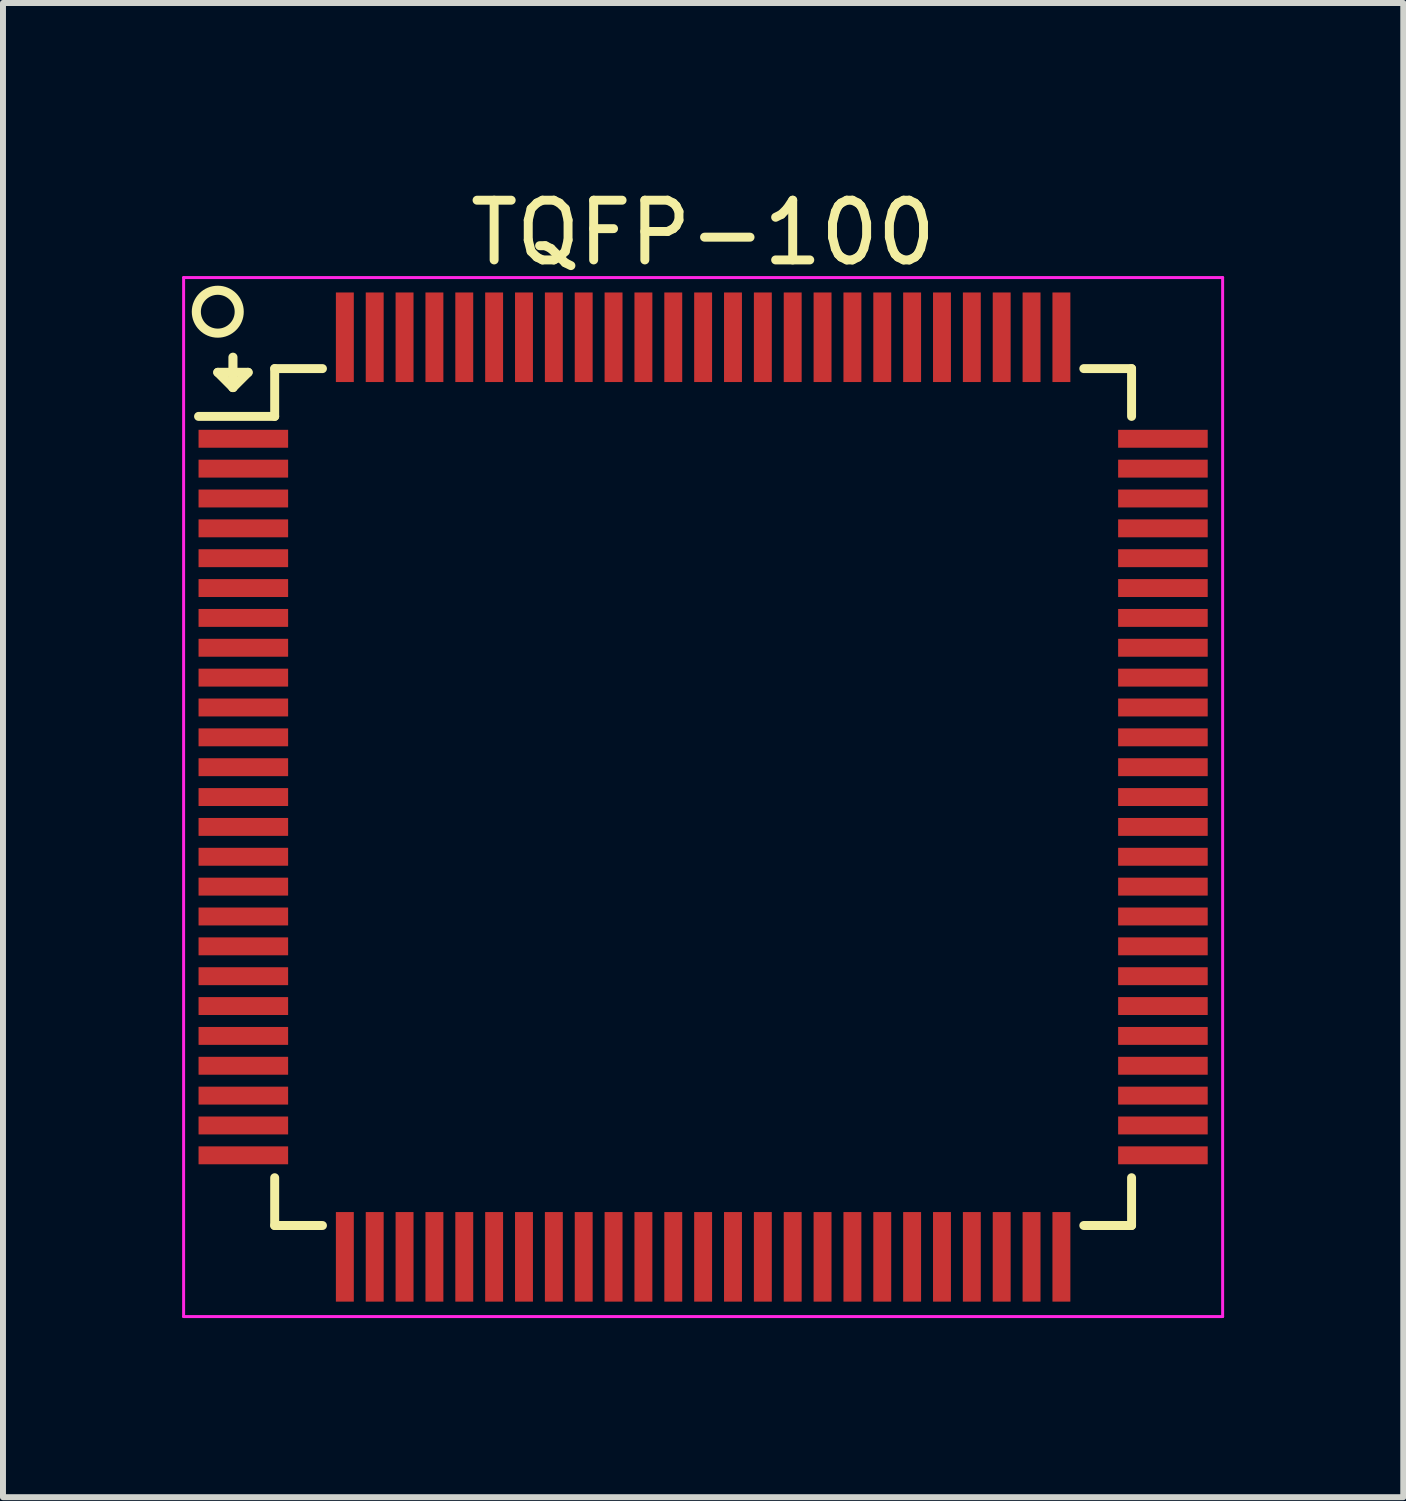
<source format=kicad_pcb>
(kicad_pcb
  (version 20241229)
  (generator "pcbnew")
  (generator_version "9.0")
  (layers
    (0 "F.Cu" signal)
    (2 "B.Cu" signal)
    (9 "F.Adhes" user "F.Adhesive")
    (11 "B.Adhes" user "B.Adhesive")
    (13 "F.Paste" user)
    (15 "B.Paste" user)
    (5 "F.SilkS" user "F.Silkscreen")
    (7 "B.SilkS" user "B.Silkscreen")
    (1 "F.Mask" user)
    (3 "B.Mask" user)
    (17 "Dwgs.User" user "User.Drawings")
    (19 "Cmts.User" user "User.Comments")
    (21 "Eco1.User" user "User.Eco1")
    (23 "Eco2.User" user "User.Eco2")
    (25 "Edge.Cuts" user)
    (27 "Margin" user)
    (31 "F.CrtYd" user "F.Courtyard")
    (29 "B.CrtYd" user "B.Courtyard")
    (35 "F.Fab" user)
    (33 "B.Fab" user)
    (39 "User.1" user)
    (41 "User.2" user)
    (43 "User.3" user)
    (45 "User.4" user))
  (footprint "TQFP-100"
    (layer "F.Cu")
    (at 8.725 10.298)
    (property "Reference" "TQFP-100" (at 0 -9.45 0) (layer "F.SilkS") (effects (font (size 1 1) (thickness 0.15))))
    (attr smd)
    (fp_line (start -8.128 -7.112) (end -7.874 -6.858) (stroke (width 0.152) (type solid)) (layer "F.SilkS"))
    (fp_line (start -7.874 -7.366) (end -7.874 -6.858) (stroke (width 0.152) (type solid)) (layer "F.SilkS"))
    (fp_line (start -7.874 -6.858) (end -7.62 -7.112) (stroke (width 0.152) (type solid)) (layer "F.SilkS"))
    (fp_line (start -7.62 -7.112) (end -8.128 -7.112) (stroke (width 0.152) (type solid)) (layer "F.SilkS"))
    (fp_line (start -7.175 -7.175) (end -7.175 -6.375) (stroke (width 0.15) (type solid)) (layer "F.SilkS"))
    (fp_line (start -7.175 -7.175) (end -6.375 -7.175) (stroke (width 0.15) (type solid)) (layer "F.SilkS"))
    (fp_line (start -7.175 -6.375) (end -8.45 -6.375) (stroke (width 0.15) (type solid)) (layer "F.SilkS"))
    (fp_line (start -7.175 7.175) (end -7.175 6.375) (stroke (width 0.15) (type solid)) (layer "F.SilkS"))
    (fp_line (start -7.175 7.175) (end -6.375 7.175) (stroke (width 0.15) (type solid)) (layer "F.SilkS"))
    (fp_line (start 7.175 -7.175) (end 6.375 -7.175) (stroke (width 0.15) (type solid)) (layer "F.SilkS"))
    (fp_line (start 7.175 -7.175) (end 7.175 -6.375) (stroke (width 0.15) (type solid)) (layer "F.SilkS"))
    (fp_line (start 7.175 7.175) (end 6.375 7.175) (stroke (width 0.15) (type solid)) (layer "F.SilkS"))
    (fp_line (start 7.175 7.175) (end 7.175 6.375) (stroke (width 0.15) (type solid)) (layer "F.SilkS"))
    (fp_circle (center -8.128 -8.128) (end -7.874 -8.382) (stroke (width 0.152) (type solid)) (fill no) (layer "F.SilkS"))
    (fp_line (start -8.7 -8.7) (end -8.7 8.7) (stroke (width 0.05) (type solid)) (layer "F.CrtYd"))
    (fp_line (start -8.7 -8.7) (end 8.7 -8.7) (stroke (width 0.05) (type solid)) (layer "F.CrtYd"))
    (fp_line (start -8.7 8.7) (end 8.7 8.7) (stroke (width 0.05) (type solid)) (layer "F.CrtYd"))
    (fp_line (start 8.7 -8.7) (end 8.7 8.7) (stroke (width 0.05) (type solid)) (layer "F.CrtYd"))
    (pad "1" smd rect (at -7.7 -6) (size 1.5 0.3) (layers "F.Cu" "F.Mask" "F.Paste"))
    (pad "2" smd rect (at -7.7 -5.5) (size 1.5 0.3) (layers "F.Cu" "F.Mask" "F.Paste"))
    (pad "3" smd rect (at -7.7 -5) (size 1.5 0.3) (layers "F.Cu" "F.Mask" "F.Paste"))
    (pad "4" smd rect (at -7.7 -4.5) (size 1.5 0.3) (layers "F.Cu" "F.Mask" "F.Paste"))
    (pad "5" smd rect (at -7.7 -4) (size 1.5 0.3) (layers "F.Cu" "F.Mask" "F.Paste"))
    (pad "6" smd rect (at -7.7 -3.5) (size 1.5 0.3) (layers "F.Cu" "F.Mask" "F.Paste"))
    (pad "7" smd rect (at -7.7 -3) (size 1.5 0.3) (layers "F.Cu" "F.Mask" "F.Paste"))
    (pad "8" smd rect (at -7.7 -2.5) (size 1.5 0.3) (layers "F.Cu" "F.Mask" "F.Paste"))
    (pad "9" smd rect (at -7.7 -2) (size 1.5 0.3) (layers "F.Cu" "F.Mask" "F.Paste"))
    (pad "10" smd rect (at -7.7 -1.5) (size 1.5 0.3) (layers "F.Cu" "F.Mask" "F.Paste"))
    (pad "11" smd rect (at -7.7 -1) (size 1.5 0.3) (layers "F.Cu" "F.Mask" "F.Paste"))
    (pad "12" smd rect (at -7.7 -0.5) (size 1.5 0.3) (layers "F.Cu" "F.Mask" "F.Paste"))
    (pad "13" smd rect (at -7.7 0) (size 1.5 0.3) (layers "F.Cu" "F.Mask" "F.Paste"))
    (pad "14" smd rect (at -7.7 0.5) (size 1.5 0.3) (layers "F.Cu" "F.Mask" "F.Paste"))
    (pad "15" smd rect (at -7.7 1) (size 1.5 0.3) (layers "F.Cu" "F.Mask" "F.Paste"))
    (pad "16" smd rect (at -7.7 1.5) (size 1.5 0.3) (layers "F.Cu" "F.Mask" "F.Paste"))
    (pad "17" smd rect (at -7.7 2) (size 1.5 0.3) (layers "F.Cu" "F.Mask" "F.Paste"))
    (pad "18" smd rect (at -7.7 2.5) (size 1.5 0.3) (layers "F.Cu" "F.Mask" "F.Paste"))
    (pad "19" smd rect (at -7.7 3) (size 1.5 0.3) (layers "F.Cu" "F.Mask" "F.Paste"))
    (pad "20" smd rect (at -7.7 3.5) (size 1.5 0.3) (layers "F.Cu" "F.Mask" "F.Paste"))
    (pad "21" smd rect (at -7.7 4) (size 1.5 0.3) (layers "F.Cu" "F.Mask" "F.Paste"))
    (pad "22" smd rect (at -7.7 4.5) (size 1.5 0.3) (layers "F.Cu" "F.Mask" "F.Paste"))
    (pad "23" smd rect (at -7.7 5) (size 1.5 0.3) (layers "F.Cu" "F.Mask" "F.Paste"))
    (pad "24" smd rect (at -7.7 5.5) (size 1.5 0.3) (layers "F.Cu" "F.Mask" "F.Paste"))
    (pad "25" smd rect (at -7.7 6) (size 1.5 0.3) (layers "F.Cu" "F.Mask" "F.Paste"))
    (pad "26" smd rect (at -6 7.7 90) (size 1.5 0.3) (layers "F.Cu" "F.Mask" "F.Paste"))
    (pad "27" smd rect (at -5.5 7.7 90) (size 1.5 0.3) (layers "F.Cu" "F.Mask" "F.Paste"))
    (pad "28" smd rect (at -5 7.7 90) (size 1.5 0.3) (layers "F.Cu" "F.Mask" "F.Paste"))
    (pad "29" smd rect (at -4.5 7.7 90) (size 1.5 0.3) (layers "F.Cu" "F.Mask" "F.Paste"))
    (pad "30" smd rect (at -4 7.7 90) (size 1.5 0.3) (layers "F.Cu" "F.Mask" "F.Paste"))
    (pad "31" smd rect (at -3.5 7.7 90) (size 1.5 0.3) (layers "F.Cu" "F.Mask" "F.Paste"))
    (pad "32" smd rect (at -3 7.7 90) (size 1.5 0.3) (layers "F.Cu" "F.Mask" "F.Paste"))
    (pad "33" smd rect (at -2.5 7.7 90) (size 1.5 0.3) (layers "F.Cu" "F.Mask" "F.Paste"))
    (pad "34" smd rect (at -2 7.7 90) (size 1.5 0.3) (layers "F.Cu" "F.Mask" "F.Paste"))
    (pad "35" smd rect (at -1.5 7.7 90) (size 1.5 0.3) (layers "F.Cu" "F.Mask" "F.Paste"))
    (pad "36" smd rect (at -1 7.7 90) (size 1.5 0.3) (layers "F.Cu" "F.Mask" "F.Paste"))
    (pad "37" smd rect (at -0.5 7.7 90) (size 1.5 0.3) (layers "F.Cu" "F.Mask" "F.Paste"))
    (pad "38" smd rect (at 0 7.7 90) (size 1.5 0.3) (layers "F.Cu" "F.Mask" "F.Paste"))
    (pad "39" smd rect (at 0.5 7.7 90) (size 1.5 0.3) (layers "F.Cu" "F.Mask" "F.Paste"))
    (pad "40" smd rect (at 1 7.7 90) (size 1.5 0.3) (layers "F.Cu" "F.Mask" "F.Paste"))
    (pad "41" smd rect (at 1.5 7.7 90) (size 1.5 0.3) (layers "F.Cu" "F.Mask" "F.Paste"))
    (pad "42" smd rect (at 2 7.7 90) (size 1.5 0.3) (layers "F.Cu" "F.Mask" "F.Paste"))
    (pad "43" smd rect (at 2.5 7.7 90) (size 1.5 0.3) (layers "F.Cu" "F.Mask" "F.Paste"))
    (pad "44" smd rect (at 3 7.7 90) (size 1.5 0.3) (layers "F.Cu" "F.Mask" "F.Paste"))
    (pad "45" smd rect (at 3.5 7.7 90) (size 1.5 0.3) (layers "F.Cu" "F.Mask" "F.Paste"))
    (pad "46" smd rect (at 4 7.7 90) (size 1.5 0.3) (layers "F.Cu" "F.Mask" "F.Paste"))
    (pad "47" smd rect (at 4.5 7.7 90) (size 1.5 0.3) (layers "F.Cu" "F.Mask" "F.Paste"))
    (pad "48" smd rect (at 5 7.7 90) (size 1.5 0.3) (layers "F.Cu" "F.Mask" "F.Paste"))
    (pad "49" smd rect (at 5.5 7.7 90) (size 1.5 0.3) (layers "F.Cu" "F.Mask" "F.Paste"))
    (pad "50" smd rect (at 6 7.7 90) (size 1.5 0.3) (layers "F.Cu" "F.Mask" "F.Paste"))
    (pad "51" smd rect (at 7.7 6) (size 1.5 0.3) (layers "F.Cu" "F.Mask" "F.Paste"))
    (pad "52" smd rect (at 7.7 5.5) (size 1.5 0.3) (layers "F.Cu" "F.Mask" "F.Paste"))
    (pad "53" smd rect (at 7.7 5) (size 1.5 0.3) (layers "F.Cu" "F.Mask" "F.Paste"))
    (pad "54" smd rect (at 7.7 4.5) (size 1.5 0.3) (layers "F.Cu" "F.Mask" "F.Paste"))
    (pad "55" smd rect (at 7.7 4) (size 1.5 0.3) (layers "F.Cu" "F.Mask" "F.Paste"))
    (pad "56" smd rect (at 7.7 3.5) (size 1.5 0.3) (layers "F.Cu" "F.Mask" "F.Paste"))
    (pad "57" smd rect (at 7.7 3) (size 1.5 0.3) (layers "F.Cu" "F.Mask" "F.Paste"))
    (pad "58" smd rect (at 7.7 2.5) (size 1.5 0.3) (layers "F.Cu" "F.Mask" "F.Paste"))
    (pad "59" smd rect (at 7.7 2) (size 1.5 0.3) (layers "F.Cu" "F.Mask" "F.Paste"))
    (pad "60" smd rect (at 7.7 1.5) (size 1.5 0.3) (layers "F.Cu" "F.Mask" "F.Paste"))
    (pad "61" smd rect (at 7.7 1) (size 1.5 0.3) (layers "F.Cu" "F.Mask" "F.Paste"))
    (pad "62" smd rect (at 7.7 0.5) (size 1.5 0.3) (layers "F.Cu" "F.Mask" "F.Paste"))
    (pad "63" smd rect (at 7.7 0) (size 1.5 0.3) (layers "F.Cu" "F.Mask" "F.Paste"))
    (pad "64" smd rect (at 7.7 -0.5) (size 1.5 0.3) (layers "F.Cu" "F.Mask" "F.Paste"))
    (pad "65" smd rect (at 7.7 -1) (size 1.5 0.3) (layers "F.Cu" "F.Mask" "F.Paste"))
    (pad "66" smd rect (at 7.7 -1.5) (size 1.5 0.3) (layers "F.Cu" "F.Mask" "F.Paste"))
    (pad "67" smd rect (at 7.7 -2) (size 1.5 0.3) (layers "F.Cu" "F.Mask" "F.Paste"))
    (pad "68" smd rect (at 7.7 -2.5) (size 1.5 0.3) (layers "F.Cu" "F.Mask" "F.Paste"))
    (pad "69" smd rect (at 7.7 -3) (size 1.5 0.3) (layers "F.Cu" "F.Mask" "F.Paste"))
    (pad "70" smd rect (at 7.7 -3.5) (size 1.5 0.3) (layers "F.Cu" "F.Mask" "F.Paste"))
    (pad "71" smd rect (at 7.7 -4) (size 1.5 0.3) (layers "F.Cu" "F.Mask" "F.Paste"))
    (pad "72" smd rect (at 7.7 -4.5) (size 1.5 0.3) (layers "F.Cu" "F.Mask" "F.Paste"))
    (pad "73" smd rect (at 7.7 -5) (size 1.5 0.3) (layers "F.Cu" "F.Mask" "F.Paste"))
    (pad "74" smd rect (at 7.7 -5.5) (size 1.5 0.3) (layers "F.Cu" "F.Mask" "F.Paste"))
    (pad "75" smd rect (at 7.7 -6) (size 1.5 0.3) (layers "F.Cu" "F.Mask" "F.Paste"))
    (pad "76" smd rect (at 6 -7.7 90) (size 1.5 0.3) (layers "F.Cu" "F.Mask" "F.Paste"))
    (pad "77" smd rect (at 5.5 -7.7 90) (size 1.5 0.3) (layers "F.Cu" "F.Mask" "F.Paste"))
    (pad "78" smd rect (at 5 -7.7 90) (size 1.5 0.3) (layers "F.Cu" "F.Mask" "F.Paste"))
    (pad "79" smd rect (at 4.5 -7.7 90) (size 1.5 0.3) (layers "F.Cu" "F.Mask" "F.Paste"))
    (pad "80" smd rect (at 4 -7.7 90) (size 1.5 0.3) (layers "F.Cu" "F.Mask" "F.Paste"))
    (pad "81" smd rect (at 3.5 -7.7 90) (size 1.5 0.3) (layers "F.Cu" "F.Mask" "F.Paste"))
    (pad "82" smd rect (at 3 -7.7 90) (size 1.5 0.3) (layers "F.Cu" "F.Mask" "F.Paste"))
    (pad "83" smd rect (at 2.5 -7.7 90) (size 1.5 0.3) (layers "F.Cu" "F.Mask" "F.Paste"))
    (pad "84" smd rect (at 2 -7.7 90) (size 1.5 0.3) (layers "F.Cu" "F.Mask" "F.Paste"))
    (pad "85" smd rect (at 1.5 -7.7 90) (size 1.5 0.3) (layers "F.Cu" "F.Mask" "F.Paste"))
    (pad "86" smd rect (at 1 -7.7 90) (size 1.5 0.3) (layers "F.Cu" "F.Mask" "F.Paste"))
    (pad "87" smd rect (at 0.5 -7.7 90) (size 1.5 0.3) (layers "F.Cu" "F.Mask" "F.Paste"))
    (pad "88" smd rect (at 0 -7.7 90) (size 1.5 0.3) (layers "F.Cu" "F.Mask" "F.Paste"))
    (pad "89" smd rect (at -0.5 -7.7 90) (size 1.5 0.3) (layers "F.Cu" "F.Mask" "F.Paste"))
    (pad "90" smd rect (at -1 -7.7 90) (size 1.5 0.3) (layers "F.Cu" "F.Mask" "F.Paste"))
    (pad "91" smd rect (at -1.5 -7.7 90) (size 1.5 0.3) (layers "F.Cu" "F.Mask" "F.Paste"))
    (pad "92" smd rect (at -2 -7.7 90) (size 1.5 0.3) (layers "F.Cu" "F.Mask" "F.Paste"))
    (pad "93" smd rect (at -2.5 -7.7 90) (size 1.5 0.3) (layers "F.Cu" "F.Mask" "F.Paste"))
    (pad "94" smd rect (at -3 -7.7 90) (size 1.5 0.3) (layers "F.Cu" "F.Mask" "F.Paste"))
    (pad "95" smd rect (at -3.5 -7.7 90) (size 1.5 0.3) (layers "F.Cu" "F.Mask" "F.Paste"))
    (pad "96" smd rect (at -4 -7.7 90) (size 1.5 0.3) (layers "F.Cu" "F.Mask" "F.Paste"))
    (pad "97" smd rect (at -4.5 -7.7 90) (size 1.5 0.3) (layers "F.Cu" "F.Mask" "F.Paste"))
    (pad "98" smd rect (at -5 -7.7 90) (size 1.5 0.3) (layers "F.Cu" "F.Mask" "F.Paste"))
    (pad "99" smd rect (at -5.5 -7.7 90) (size 1.5 0.3) (layers "F.Cu" "F.Mask" "F.Paste"))
    (pad "100" smd rect (at -6 -7.7 90) (size 1.5 0.3) (layers "F.Cu" "F.Mask" "F.Paste")))
  (gr_rect
    (start -3 -3)
    (end 20.45 22.023)
    (stroke (width 0.1) (type default))
    (fill no)
    (layer "Edge.Cuts")))
</source>
